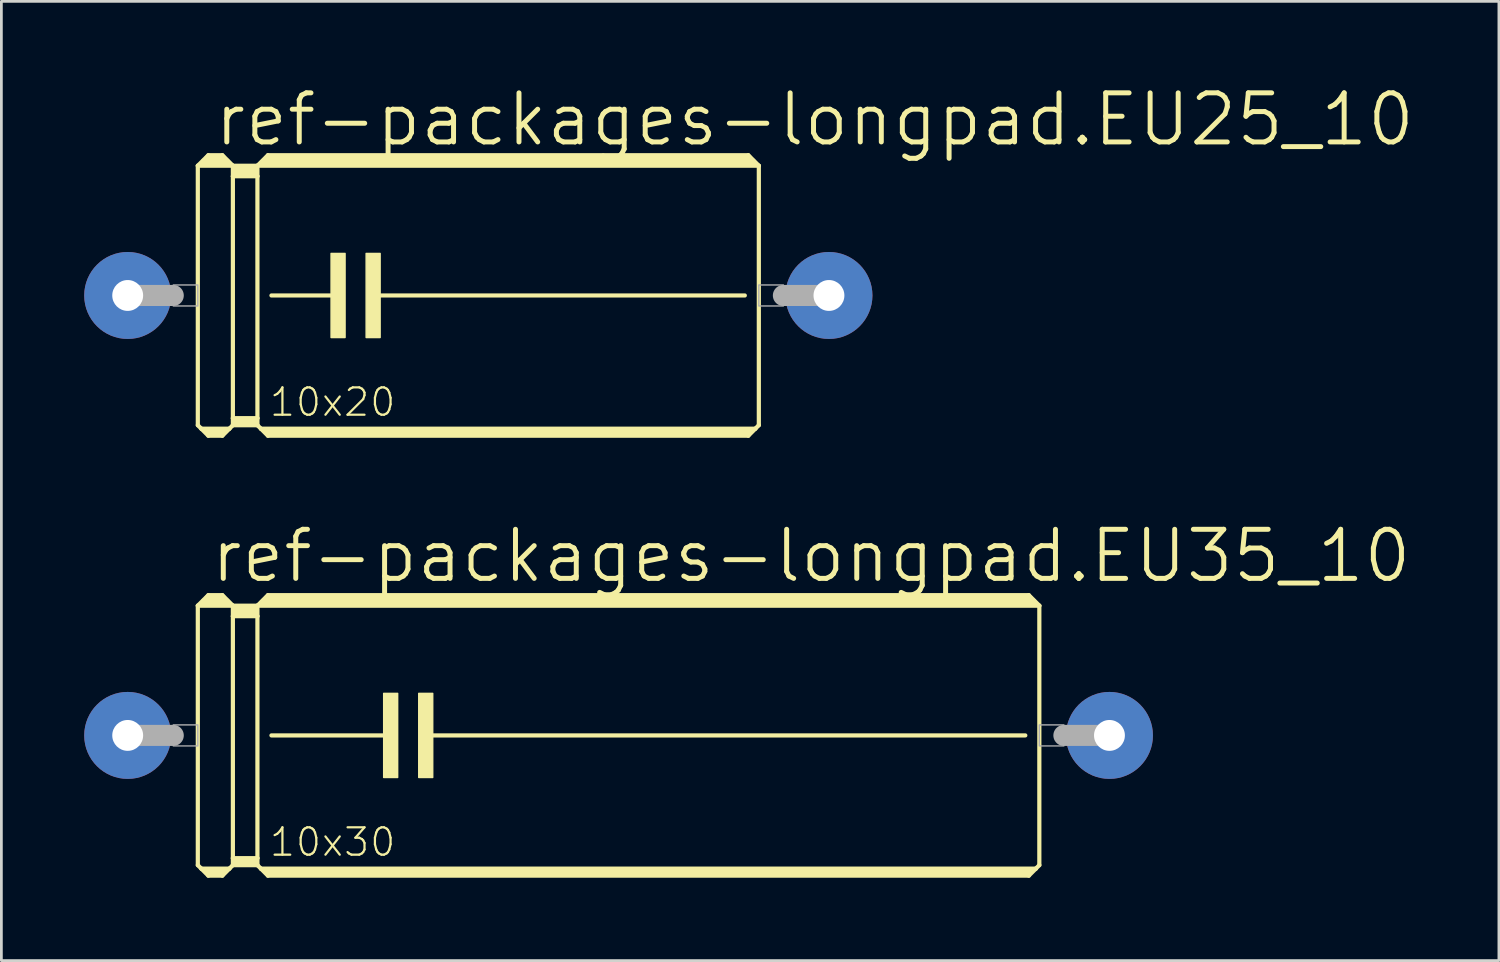
<source format=kicad_pcb>
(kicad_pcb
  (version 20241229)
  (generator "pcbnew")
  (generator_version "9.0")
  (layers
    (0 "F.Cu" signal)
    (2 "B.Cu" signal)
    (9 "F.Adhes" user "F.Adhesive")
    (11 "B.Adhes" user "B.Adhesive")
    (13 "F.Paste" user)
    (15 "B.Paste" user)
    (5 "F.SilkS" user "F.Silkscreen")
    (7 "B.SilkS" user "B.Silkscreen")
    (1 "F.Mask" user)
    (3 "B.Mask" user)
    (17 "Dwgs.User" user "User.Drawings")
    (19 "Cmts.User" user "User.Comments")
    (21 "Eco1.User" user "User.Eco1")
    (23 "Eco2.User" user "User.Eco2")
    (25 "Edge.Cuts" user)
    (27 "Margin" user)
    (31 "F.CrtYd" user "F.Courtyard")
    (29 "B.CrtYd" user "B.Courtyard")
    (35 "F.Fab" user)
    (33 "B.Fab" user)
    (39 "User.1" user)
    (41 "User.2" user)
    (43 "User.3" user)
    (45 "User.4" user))
  (footprint "ref-packages-longpad.EU25_10"
    (layer "F.Cu")
    (at 14.275 7.652)
    (property "Reference" "ref-packages-longpad.EU25_10" (at -9.652 -5.334 0) (layer "F.SilkS") (effects (font (size 1.778 1.778) (thickness 0.18)) (justify left bottom)))
    (attr through_hole)
    (fp_line (start -10.16 -4.699) (end -10.16 4.699) (stroke (width 0.152) (type default)) (layer "F.SilkS"))
    (fp_line (start -10.16 -4.699) (end -9.779 -5.08) (stroke (width 0.152) (type default)) (layer "F.SilkS"))
    (fp_line (start -10.16 -4.699) (end -8.89 -4.699) (stroke (width 0.152) (type default)) (layer "F.SilkS"))
    (fp_line (start -10.16 4.699) (end -10.033 4.826) (stroke (width 0.152) (type default)) (layer "F.SilkS"))
    (fp_line (start -10.033 4.826) (end -9.779 5.08) (stroke (width 0.152) (type default)) (layer "F.SilkS"))
    (fp_line (start -10.033 4.826) (end -9.017 4.826) (stroke (width 0.152) (type default)) (layer "F.SilkS"))
    (fp_line (start -9.906 -4.826) (end -9.144 -4.826) (stroke (width 0.305) (type default)) (layer "F.SilkS"))
    (fp_line (start -9.779 -5.08) (end -9.271 -5.08) (stroke (width 0.152) (type default)) (layer "F.SilkS"))
    (fp_line (start -9.779 -4.953) (end -9.271 -4.953) (stroke (width 0.305) (type default)) (layer "F.SilkS"))
    (fp_line (start -9.779 4.953) (end -9.271 4.953) (stroke (width 0.254) (type default)) (layer "F.SilkS"))
    (fp_line (start -9.779 5.08) (end -9.271 5.08) (stroke (width 0.152) (type default)) (layer "F.SilkS"))
    (fp_line (start -9.017 4.826) (end -9.271 5.08) (stroke (width 0.152) (type default)) (layer "F.SilkS"))
    (fp_line (start -8.89 -4.699) (end -9.271 -5.08) (stroke (width 0.152) (type default)) (layer "F.SilkS"))
    (fp_line (start -8.89 -4.699) (end -8.89 -4.318) (stroke (width 0.152) (type default)) (layer "F.SilkS"))
    (fp_line (start -8.89 -4.699) (end -8.001 -4.699) (stroke (width 0.152) (type default)) (layer "F.SilkS"))
    (fp_line (start -8.89 -4.318) (end -8.001 -4.318) (stroke (width 0.152) (type default)) (layer "F.SilkS"))
    (fp_line (start -8.89 4.445) (end -8.89 -4.318) (stroke (width 0.152) (type default)) (layer "F.SilkS"))
    (fp_line (start -8.89 4.445) (end -8.001 4.445) (stroke (width 0.152) (type default)) (layer "F.SilkS"))
    (fp_line (start -8.89 4.699) (end -9.017 4.826) (stroke (width 0.152) (type default)) (layer "F.SilkS"))
    (fp_line (start -8.89 4.699) (end -8.89 4.445) (stroke (width 0.152) (type default)) (layer "F.SilkS"))
    (fp_line (start -8.89 4.699) (end -8.001 4.699) (stroke (width 0.152) (type default)) (layer "F.SilkS"))
    (fp_line (start -8.763 -4.572) (end -8.128 -4.572) (stroke (width 0.305) (type default)) (layer "F.SilkS"))
    (fp_line (start -8.763 -4.445) (end -8.128 -4.445) (stroke (width 0.305) (type default)) (layer "F.SilkS"))
    (fp_line (start -8.763 4.572) (end -8.128 4.572) (stroke (width 0.254) (type default)) (layer "F.SilkS"))
    (fp_line (start -8.001 -4.699) (end -8.001 -4.318) (stroke (width 0.152) (type default)) (layer "F.SilkS"))
    (fp_line (start -8.001 -4.699) (end 10.16 -4.699) (stroke (width 0.152) (type default)) (layer "F.SilkS"))
    (fp_line (start -8.001 -4.318) (end -8.001 4.445) (stroke (width 0.152) (type default)) (layer "F.SilkS"))
    (fp_line (start -8.001 4.445) (end -8.001 4.699) (stroke (width 0.152) (type default)) (layer "F.SilkS"))
    (fp_line (start -7.874 4.826) (end -8.001 4.699) (stroke (width 0.152) (type default)) (layer "F.SilkS"))
    (fp_line (start -7.874 4.826) (end 10.033 4.826) (stroke (width 0.152) (type default)) (layer "F.SilkS"))
    (fp_line (start -7.747 -4.826) (end 9.906 -4.826) (stroke (width 0.305) (type default)) (layer "F.SilkS"))
    (fp_line (start -7.62 -5.08) (end -8.001 -4.699) (stroke (width 0.152) (type default)) (layer "F.SilkS"))
    (fp_line (start -7.62 -5.08) (end 9.779 -5.08) (stroke (width 0.152) (type default)) (layer "F.SilkS"))
    (fp_line (start -7.62 -4.953) (end 9.779 -4.953) (stroke (width 0.305) (type default)) (layer "F.SilkS"))
    (fp_line (start -7.62 4.953) (end 9.779 4.953) (stroke (width 0.254) (type default)) (layer "F.SilkS"))
    (fp_line (start -7.62 5.08) (end -7.874 4.826) (stroke (width 0.152) (type default)) (layer "F.SilkS"))
    (fp_line (start -7.62 5.08) (end 9.779 5.08) (stroke (width 0.152) (type default)) (layer "F.SilkS"))
    (fp_line (start -7.493 0) (end -5.08 0) (stroke (width 0.152) (type default)) (layer "F.SilkS"))
    (fp_line (start -3.683 0) (end 9.652 0) (stroke (width 0.152) (type default)) (layer "F.SilkS"))
    (fp_line (start 9.779 -5.08) (end 10.16 -4.699) (stroke (width 0.152) (type default)) (layer "F.SilkS"))
    (fp_line (start 9.779 5.08) (end 10.033 4.826) (stroke (width 0.152) (type default)) (layer "F.SilkS"))
    (fp_line (start 10.033 4.826) (end 10.16 4.699) (stroke (width 0.152) (type default)) (layer "F.SilkS"))
    (fp_line (start 10.16 -4.699) (end 10.16 4.699) (stroke (width 0.152) (type default)) (layer "F.SilkS"))
    (fp_rect (start -5.334 1.524) (end -4.826 -1.524) (stroke (width 0.05) (type default)) (fill yes) (layer "F.SilkS"))
    (fp_rect (start -4.064 1.524) (end -3.556 -1.524) (stroke (width 0.05) (type default)) (fill yes) (layer "F.SilkS"))
    (fp_line (start -12.7 0) (end -11.049 0) (stroke (width 0.762) (type default)) (layer "F.Fab"))
    (fp_line (start 12.7 0) (end 11.049 0) (stroke (width 0.762) (type default)) (layer "F.Fab"))
    (fp_rect (start -11.049 0.381) (end -10.16 -0.381) (stroke (width 0.05) (type default)) (fill no) (layer "F.Fab"))
    (fp_rect (start 10.16 0.381) (end 11.049 -0.381) (stroke (width 0.05) (type default)) (fill no) (layer "F.Fab"))
    (fp_text user "10x20" (at -7.62 4.445 0) (layer "F.SilkS") (effects (font (size 0.991 0.991) (thickness 0.08)) (justify left bottom)))
    (pad "1" thru_hole circle (at -12.7 0) (size 3.15 3.15) (drill 1.118) (layers "*.Cu" "*.Mask"))
    (pad "2" thru_hole circle (at 12.7 0) (size 3.15 3.15) (drill 1.118) (layers "*.Cu" "*.Mask")))
  (footprint "ref-packages-longpad.EU35_10"
    (layer "F.Cu")
    (at 19.355 23.587)
    (property "Reference" "ref-packages-longpad.EU35_10" (at -14.859 -5.461 0) (layer "F.SilkS") (effects (font (size 1.778 1.778) (thickness 0.18)) (justify left bottom)))
    (attr through_hole)
    (fp_line (start -15.24 -4.699) (end -15.24 4.699) (stroke (width 0.152) (type default)) (layer "F.SilkS"))
    (fp_line (start -15.24 -4.699) (end -14.859 -5.08) (stroke (width 0.152) (type default)) (layer "F.SilkS"))
    (fp_line (start -15.24 -4.699) (end -13.97 -4.699) (stroke (width 0.152) (type default)) (layer "F.SilkS"))
    (fp_line (start -15.24 4.699) (end -15.113 4.826) (stroke (width 0.152) (type default)) (layer "F.SilkS"))
    (fp_line (start -15.113 4.826) (end -14.859 5.08) (stroke (width 0.152) (type default)) (layer "F.SilkS"))
    (fp_line (start -15.113 4.826) (end -14.097 4.826) (stroke (width 0.152) (type default)) (layer "F.SilkS"))
    (fp_line (start -14.986 -4.826) (end -14.224 -4.826) (stroke (width 0.305) (type default)) (layer "F.SilkS"))
    (fp_line (start -14.859 -5.08) (end -14.351 -5.08) (stroke (width 0.152) (type default)) (layer "F.SilkS"))
    (fp_line (start -14.859 -4.953) (end -14.351 -4.953) (stroke (width 0.305) (type default)) (layer "F.SilkS"))
    (fp_line (start -14.859 4.953) (end -14.351 4.953) (stroke (width 0.254) (type default)) (layer "F.SilkS"))
    (fp_line (start -14.859 5.08) (end -14.351 5.08) (stroke (width 0.152) (type default)) (layer "F.SilkS"))
    (fp_line (start -14.097 4.826) (end -14.351 5.08) (stroke (width 0.152) (type default)) (layer "F.SilkS"))
    (fp_line (start -13.97 -4.699) (end -14.351 -5.08) (stroke (width 0.152) (type default)) (layer "F.SilkS"))
    (fp_line (start -13.97 -4.699) (end -13.97 -4.318) (stroke (width 0.152) (type default)) (layer "F.SilkS"))
    (fp_line (start -13.97 -4.699) (end -13.081 -4.699) (stroke (width 0.152) (type default)) (layer "F.SilkS"))
    (fp_line (start -13.97 -4.318) (end -13.081 -4.318) (stroke (width 0.152) (type default)) (layer "F.SilkS"))
    (fp_line (start -13.97 4.445) (end -13.97 -4.318) (stroke (width 0.152) (type default)) (layer "F.SilkS"))
    (fp_line (start -13.97 4.445) (end -13.081 4.445) (stroke (width 0.152) (type default)) (layer "F.SilkS"))
    (fp_line (start -13.97 4.699) (end -14.097 4.826) (stroke (width 0.152) (type default)) (layer "F.SilkS"))
    (fp_line (start -13.97 4.699) (end -13.97 4.445) (stroke (width 0.152) (type default)) (layer "F.SilkS"))
    (fp_line (start -13.97 4.699) (end -13.081 4.699) (stroke (width 0.152) (type default)) (layer "F.SilkS"))
    (fp_line (start -13.843 -4.572) (end -13.208 -4.572) (stroke (width 0.305) (type default)) (layer "F.SilkS"))
    (fp_line (start -13.843 -4.445) (end -13.208 -4.445) (stroke (width 0.305) (type default)) (layer "F.SilkS"))
    (fp_line (start -13.843 4.572) (end -13.208 4.572) (stroke (width 0.254) (type default)) (layer "F.SilkS"))
    (fp_line (start -13.081 -4.699) (end -13.081 -4.318) (stroke (width 0.152) (type default)) (layer "F.SilkS"))
    (fp_line (start -13.081 -4.699) (end 15.24 -4.699) (stroke (width 0.152) (type default)) (layer "F.SilkS"))
    (fp_line (start -13.081 -4.318) (end -13.081 4.445) (stroke (width 0.152) (type default)) (layer "F.SilkS"))
    (fp_line (start -13.081 4.445) (end -13.081 4.699) (stroke (width 0.152) (type default)) (layer "F.SilkS"))
    (fp_line (start -12.954 4.826) (end -13.081 4.699) (stroke (width 0.152) (type default)) (layer "F.SilkS"))
    (fp_line (start -12.954 4.826) (end 15.113 4.826) (stroke (width 0.152) (type default)) (layer "F.SilkS"))
    (fp_line (start -12.827 -4.826) (end 14.986 -4.826) (stroke (width 0.305) (type default)) (layer "F.SilkS"))
    (fp_line (start -12.7 -5.08) (end -13.081 -4.699) (stroke (width 0.152) (type default)) (layer "F.SilkS"))
    (fp_line (start -12.7 -5.08) (end 14.859 -5.08) (stroke (width 0.152) (type default)) (layer "F.SilkS"))
    (fp_line (start -12.7 -4.953) (end 14.859 -4.953) (stroke (width 0.305) (type default)) (layer "F.SilkS"))
    (fp_line (start -12.7 4.953) (end 14.859 4.953) (stroke (width 0.254) (type default)) (layer "F.SilkS"))
    (fp_line (start -12.7 5.08) (end -12.954 4.826) (stroke (width 0.152) (type default)) (layer "F.SilkS"))
    (fp_line (start -12.7 5.08) (end 14.859 5.08) (stroke (width 0.152) (type default)) (layer "F.SilkS"))
    (fp_line (start -12.573 0) (end -8.255 0) (stroke (width 0.152) (type default)) (layer "F.SilkS"))
    (fp_line (start -6.858 0) (end 14.732 0) (stroke (width 0.152) (type default)) (layer "F.SilkS"))
    (fp_line (start 14.859 -5.08) (end 15.24 -4.699) (stroke (width 0.152) (type default)) (layer "F.SilkS"))
    (fp_line (start 14.859 5.08) (end 15.113 4.826) (stroke (width 0.152) (type default)) (layer "F.SilkS"))
    (fp_line (start 15.113 4.826) (end 15.24 4.699) (stroke (width 0.152) (type default)) (layer "F.SilkS"))
    (fp_line (start 15.24 -4.699) (end 15.24 4.699) (stroke (width 0.152) (type default)) (layer "F.SilkS"))
    (fp_rect (start -8.509 1.524) (end -8.001 -1.524) (stroke (width 0.05) (type default)) (fill yes) (layer "F.SilkS"))
    (fp_rect (start -7.239 1.524) (end -6.731 -1.524) (stroke (width 0.05) (type default)) (fill yes) (layer "F.SilkS"))
    (fp_line (start -17.78 0) (end -16.129 0) (stroke (width 0.762) (type default)) (layer "F.Fab"))
    (fp_line (start 17.78 0) (end 16.129 0) (stroke (width 0.762) (type default)) (layer "F.Fab"))
    (fp_rect (start -16.129 0.381) (end -15.24 -0.381) (stroke (width 0.05) (type default)) (fill no) (layer "F.Fab"))
    (fp_rect (start 15.24 0.381) (end 16.129 -0.381) (stroke (width 0.05) (type default)) (fill no) (layer "F.Fab"))
    (fp_text user "10x30" (at -12.7 4.445 0) (layer "F.SilkS") (effects (font (size 0.991 0.991) (thickness 0.08)) (justify left bottom)))
    (pad "1" thru_hole circle (at -17.78 0) (size 3.15 3.15) (drill 1.118) (layers "*.Cu" "*.Mask"))
    (pad "2" thru_hole circle (at 17.78 0) (size 3.15 3.15) (drill 1.118) (layers "*.Cu" "*.Mask")))
  (gr_rect
    (start -3 -3)
    (end 51.241 31.743)
    (stroke (width 0.1) (type default))
    (fill no)
    (layer "Edge.Cuts")))
</source>
